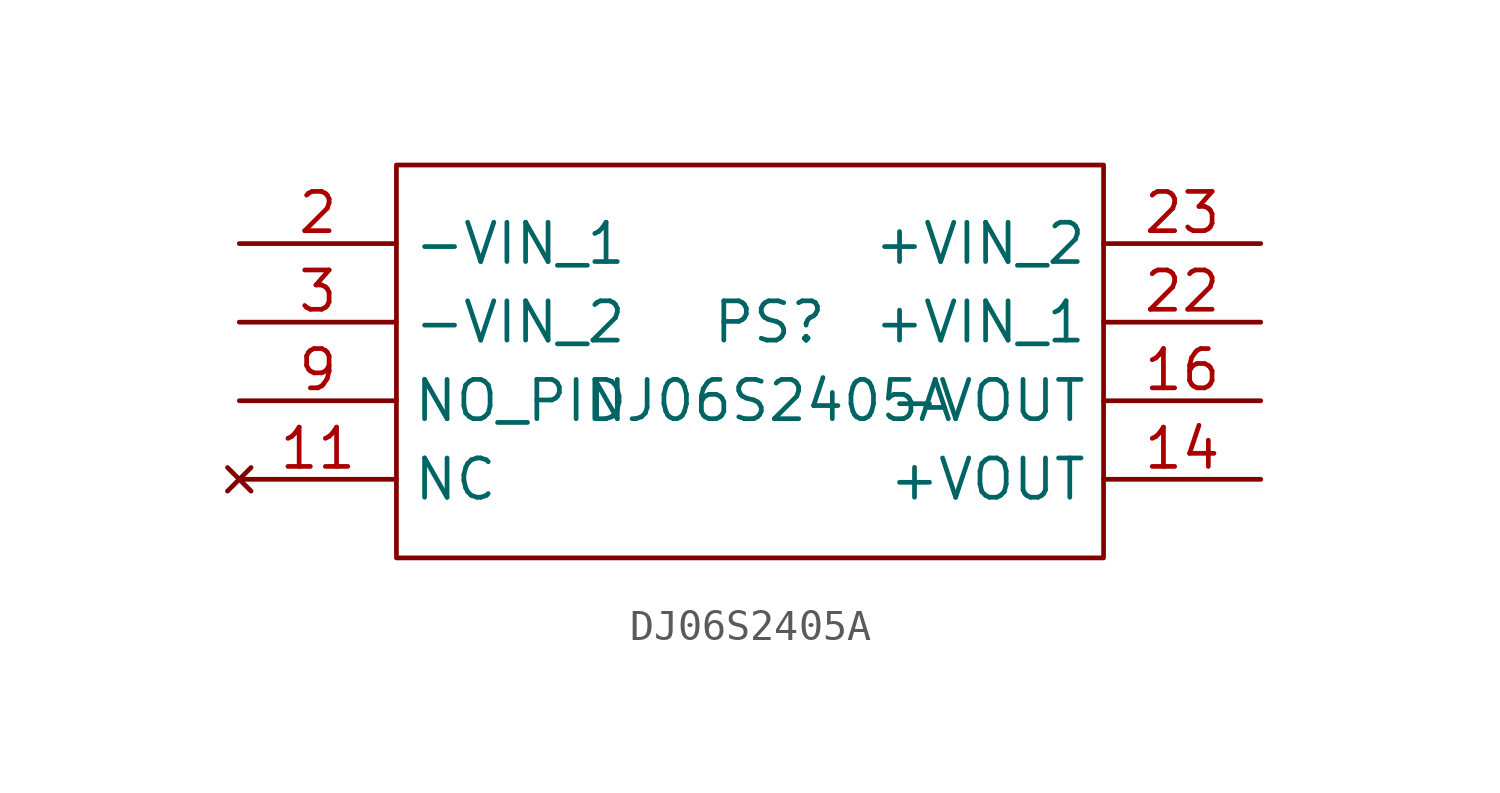
<source format=kicad_sym>
(kicad_symbol_lib
  (version 20220914)
  (generator kicad_symbol_editor)
  (symbol "DJ06S2405A"
    (property "Reference" "PS"
      (at 0 1.27 0)
      (effects (font (size 1.27 1.27))))
    (property "Value" "DJ06S2405A"
      (at 0 -1.27 0)
      (effects (font (size 1.27 1.27))))
    (symbol "DJ06S2405A_0_0"
      (pin no_connect line (at -17.145 -3.81 0) (length 5.08) (name "NC" (effects (font (size 1.27 1.27)))) (number "11" (effects (font (size 1.27 1.27)))))
      (pin passive line (at 15.875 -3.81 180) (length 5.08) (name "+VOUT" (effects (font (size 1.27 1.27)))) (number "14" (effects (font (size 1.27 1.27)))))
      (pin passive line (at 15.875 -1.27 180) (length 5.08) (name "-VOUT" (effects (font (size 1.27 1.27)))) (number "16" (effects (font (size 1.27 1.27)))))
      (pin passive line (at -17.145 3.81 0) (length 5.08) (name "-VIN_1" (effects (font (size 1.27 1.27)))) (number "2" (effects (font (size 1.27 1.27)))))
      (pin passive line (at 15.875 1.27 180) (length 5.08) (name "+VIN_1" (effects (font (size 1.27 1.27)))) (number "22" (effects (font (size 1.27 1.27)))))
      (pin passive line (at 15.875 3.81 180) (length 5.08) (name "+VIN_2" (effects (font (size 1.27 1.27)))) (number "23" (effects (font (size 1.27 1.27)))))
      (pin passive line (at -17.145 1.27 0) (length 5.08) (name "-VIN_2" (effects (font (size 1.27 1.27)))) (number "3" (effects (font (size 1.27 1.27)))))
      (pin passive line (at -17.145 -1.27 0) (length 5.08) (name "NO_PIN" (effects (font (size 1.27 1.27)))) (number "9" (effects (font (size 1.27 1.27))))))
    (symbol "DJ06S2405A_0_1"
      (polyline (pts (xy -12.065 6.35) (xy 10.795 6.35) (xy 10.795 -6.35) (xy -12.065 -6.35) (xy -12.065 6.35)) (stroke (width 0.152) (type solid)) (fill (type none))))))
</source>
